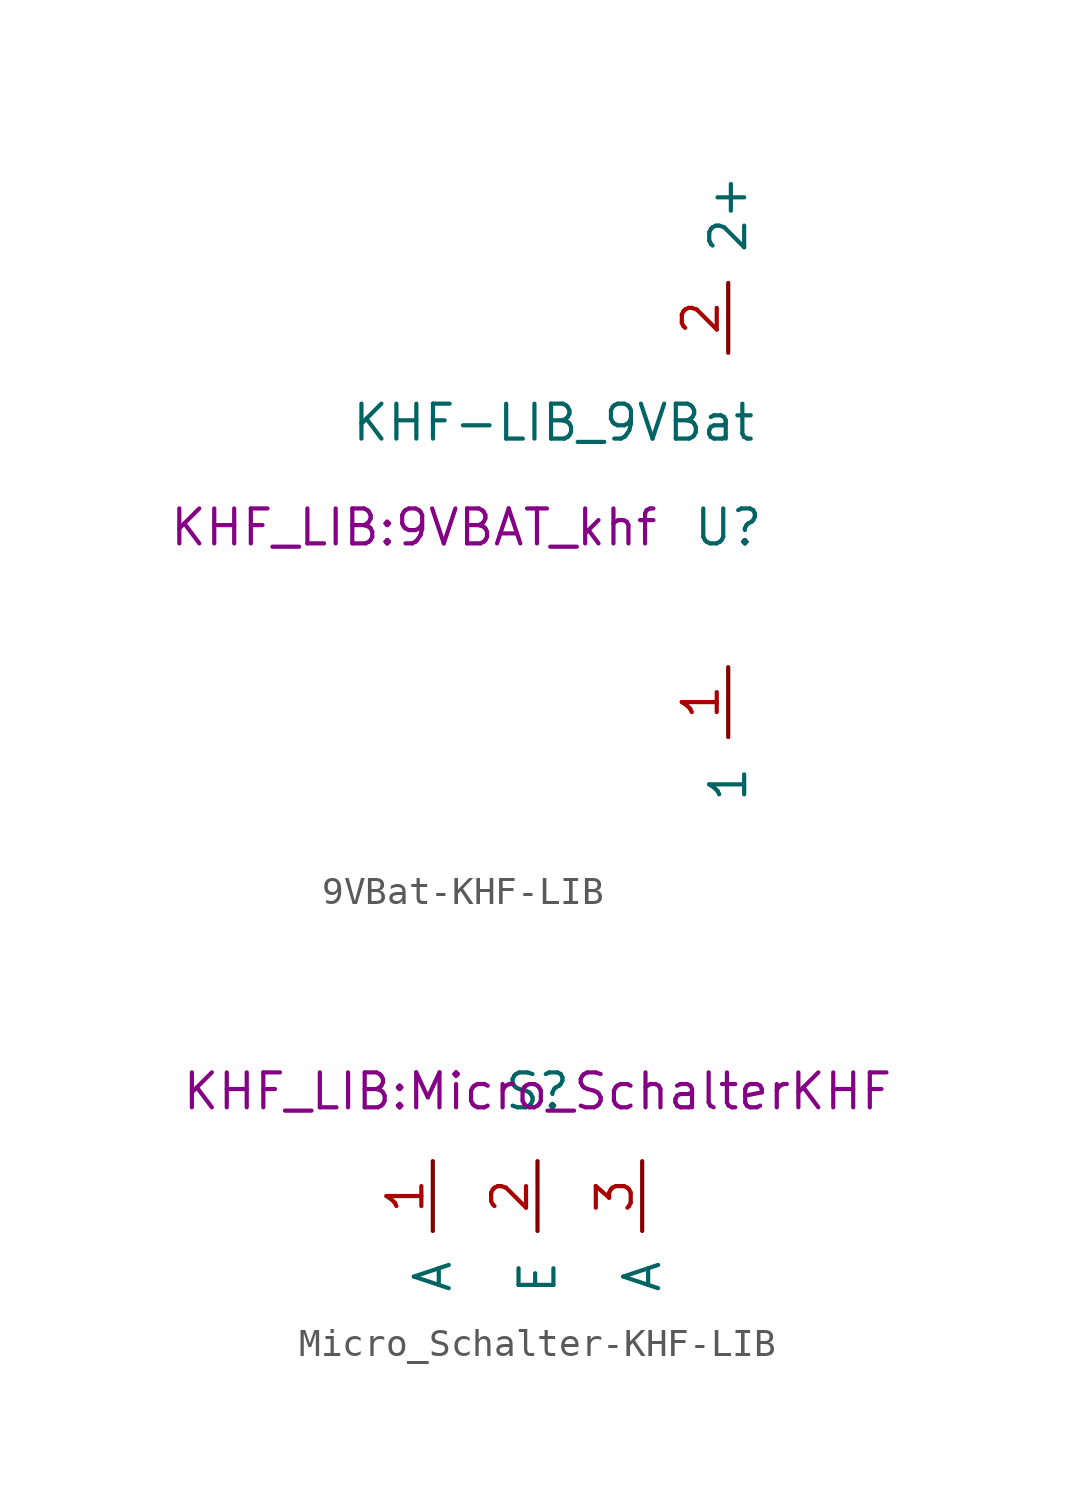
<source format=kicad_sym>
(kicad_symbol_lib
  (version 20220914)
  (generator kicad_symbol_editor)
  (symbol "9VBat-KHF-LIB"
    (pin_names
      (offset 1.016))
    (property "Reference" "U"
      (at 0 0 0)
      (effects (font (size 1.27 1.27))))
    (property "Value" "KHF-LIB_9VBat"
      (at -6.35 3.81 0)
      (effects (font (size 1.27 1.27))))
    (property "Footprint" "KHF_LIB:9VBAT_khf"
      (at -11.43 0 0)
      (effects (font (size 1.27 1.27))))
    (symbol "9VBat-KHF-LIB_1_1"
      (pin power_out line (at 0 -5.08 270) (length 2.54) (name "1" (effects (font (size 1.27 1.27)))) (number "1" (effects (font (size 1.27 1.27)))))
      (pin power_out line (at 0 6.35 90) (length 2.54) (name "2+" (effects (font (size 1.27 1.27)))) (number "2" (effects (font (size 1.27 1.27)))))))
  (symbol "Micro_Schalter-KHF-LIB"
    (pin_names
      (offset 1.016))
    (property "Reference" "S"
      (at 0 0 0)
      (effects (font (size 1.27 1.27))))
    (property "Footprint" "KHF_LIB:Micro_SchalterKHF"
      (at 0 0 0)
      (effects (font (size 1.27 1.27))))
    (symbol "Micro_Schalter-KHF-LIB_1_1"
      (pin passive line (at -3.81 -2.54 270) (length 2.54) (name "A" (effects (font (size 1.27 1.27)))) (number "1" (effects (font (size 1.27 1.27)))))
      (pin passive line (at 0 -2.54 270) (length 2.54) (name "E" (effects (font (size 1.27 1.27)))) (number "2" (effects (font (size 1.27 1.27)))))
      (pin passive line (at 3.81 -2.54 270) (length 2.54) (name "A" (effects (font (size 1.27 1.27)))) (number "3" (effects (font (size 1.27 1.27))))))))
</source>
